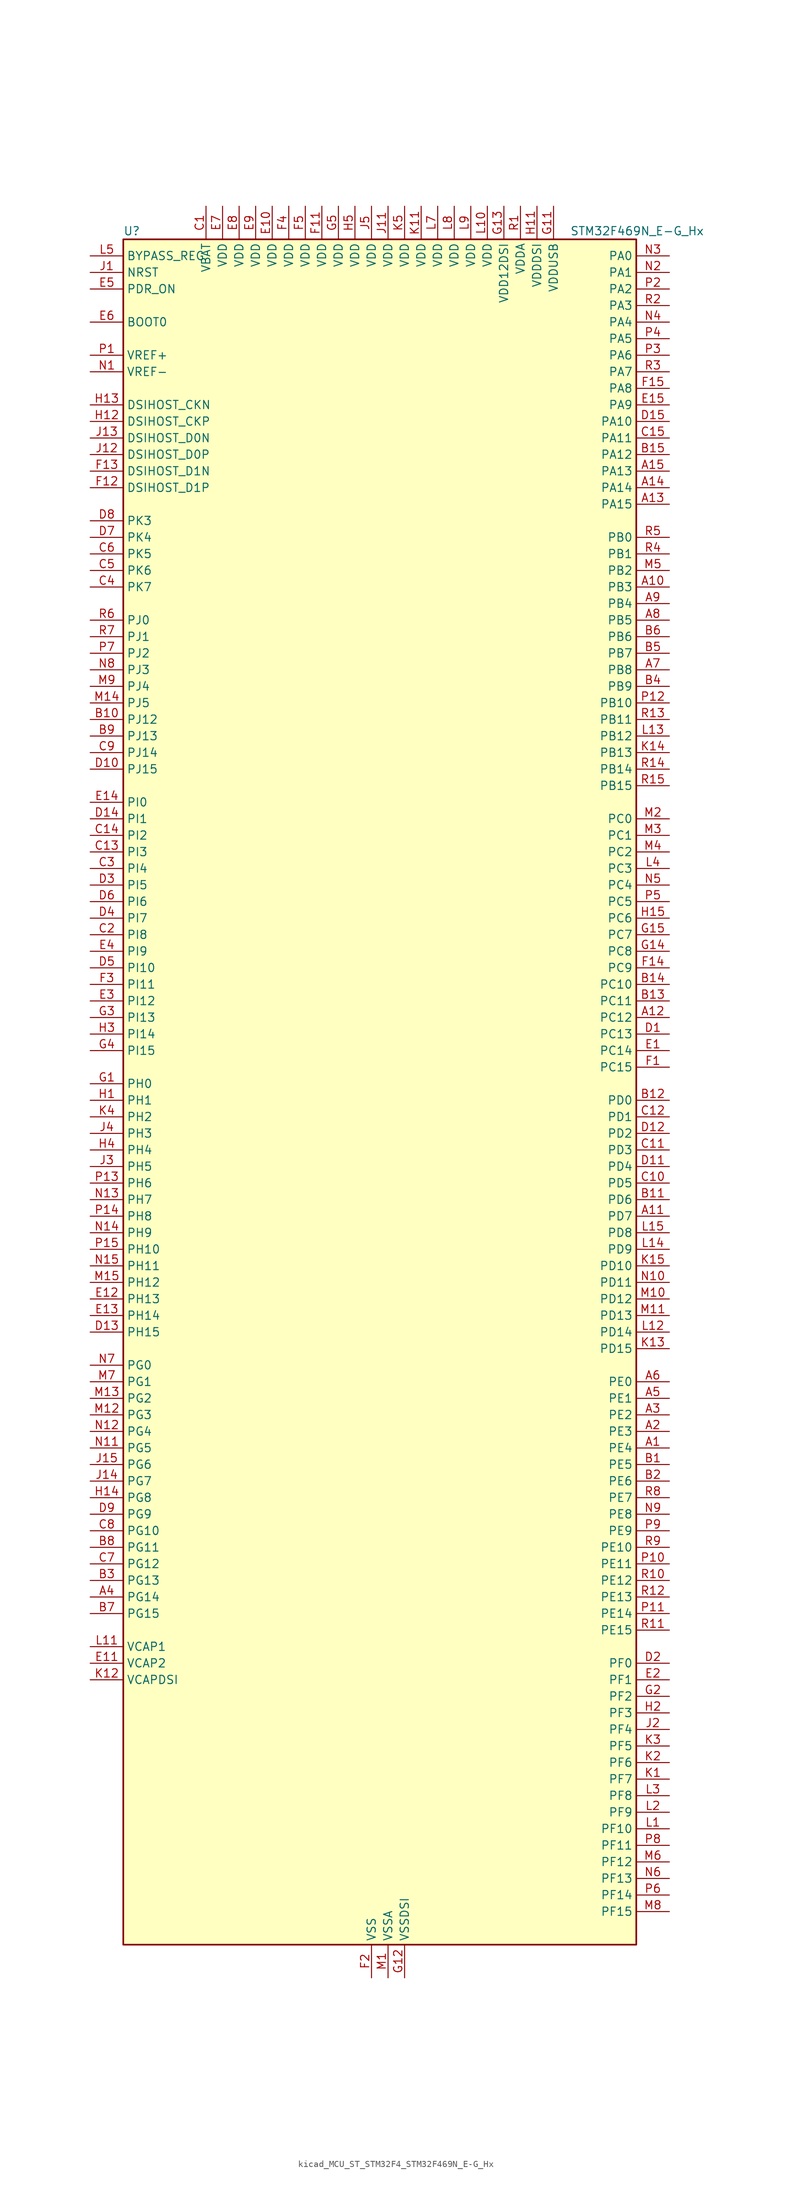
<source format=kicad_sym>
(kicad_symbol_lib
  (version 20220914)
  (generator kicad_symbol_editor)
  (symbol "kicad_MCU_ST_STM32F4_STM32F469N_E-G_Hx"
    (property "Reference" "U"
      (at -38.1 133.35 0)
      (effects (font (size 1.27 1.27)) (justify left)))
    (property "Value" "STM32F469N_E-G_Hx"
      (at 30.48 133.35 0)
      (effects (font (size 1.27 1.27)) (justify left)))
    (property "ki_locked" ""
      (at 0 0 0)
      (effects (font (size 1.27 1.27))))
    (symbol "kicad_MCU_ST_STM32F4_STM32F469N_E-G_Hx_0_1"
      (rectangle (start -38.1 -129.54) (end 40.64 132.08) (stroke (width 0.254) (type default)) (fill (type background))))
    (symbol "kicad_MCU_ST_STM32F4_STM32F469N_E-G_Hx_1_1"
      (pin bidirectional line (at 45.72 -53.34 180) (length 5.08) (name "PE4" (effects (font (size 1.27 1.27)))) (number "A1" (effects (font (size 1.27 1.27)))) (alternate "DCMI_D4" bidirectional line) (alternate "FMC_A20" bidirectional line) (alternate "LTDC_B0" bidirectional line) (alternate "SAI1_FS_A" bidirectional line) (alternate "SPI4_NSS" bidirectional line) (alternate "SYS_TRACED1" bidirectional line))
      (pin bidirectional line (at 45.72 78.74 180) (length 5.08) (name "PB3" (effects (font (size 1.27 1.27)))) (number "A10" (effects (font (size 1.27 1.27)))) (alternate "I2S3_CK" bidirectional line) (alternate "SPI1_SCK" bidirectional line) (alternate "SPI3_SCK" bidirectional line) (alternate "SYS_JTDO-SWO" bidirectional line) (alternate "TIM2_CH2" bidirectional line))
      (pin bidirectional line (at 45.72 -17.78 180) (length 5.08) (name "PD7" (effects (font (size 1.27 1.27)))) (number "A11" (effects (font (size 1.27 1.27)))) (alternate "FMC_NE1" bidirectional line) (alternate "USART2_CK" bidirectional line))
      (pin bidirectional line (at 45.72 12.7 180) (length 5.08) (name "PC12" (effects (font (size 1.27 1.27)))) (number "A12" (effects (font (size 1.27 1.27)))) (alternate "DCMI_D9" bidirectional line) (alternate "I2S3_SD" bidirectional line) (alternate "SDIO_CK" bidirectional line) (alternate "SPI3_MOSI" bidirectional line) (alternate "SYS_TRACED3" bidirectional line) (alternate "UART5_TX" bidirectional line) (alternate "USART3_CK" bidirectional line))
      (pin bidirectional line (at 45.72 91.44 180) (length 5.08) (name "PA15" (effects (font (size 1.27 1.27)))) (number "A13" (effects (font (size 1.27 1.27)))) (alternate "ADC1_EXTI15" bidirectional line) (alternate "ADC2_EXTI15" bidirectional line) (alternate "ADC3_EXTI15" bidirectional line) (alternate "I2S3_WS" bidirectional line) (alternate "SPI1_NSS" bidirectional line) (alternate "SPI3_NSS" bidirectional line) (alternate "SYS_JTDI" bidirectional line) (alternate "TIM2_CH1" bidirectional line) (alternate "TIM2_ETR" bidirectional line))
      (pin bidirectional line (at 45.72 93.98 180) (length 5.08) (name "PA14" (effects (font (size 1.27 1.27)))) (number "A14" (effects (font (size 1.27 1.27)))) (alternate "SYS_JTCK-SWCLK" bidirectional line))
      (pin bidirectional line (at 45.72 96.52 180) (length 5.08) (name "PA13" (effects (font (size 1.27 1.27)))) (number "A15" (effects (font (size 1.27 1.27)))) (alternate "SYS_JTMS-SWDIO" bidirectional line))
      (pin bidirectional line (at 45.72 -50.8 180) (length 5.08) (name "PE3" (effects (font (size 1.27 1.27)))) (number "A2" (effects (font (size 1.27 1.27)))) (alternate "FMC_A19" bidirectional line) (alternate "SAI1_SD_B" bidirectional line) (alternate "SYS_TRACED0" bidirectional line))
      (pin bidirectional line (at 45.72 -48.26 180) (length 5.08) (name "PE2" (effects (font (size 1.27 1.27)))) (number "A3" (effects (font (size 1.27 1.27)))) (alternate "ETH_TXD3" bidirectional line) (alternate "FMC_A23" bidirectional line) (alternate "QUADSPI_BK1_IO2" bidirectional line) (alternate "SAI1_MCLK_A" bidirectional line) (alternate "SPI4_SCK" bidirectional line) (alternate "SYS_TRACECLK" bidirectional line))
      (pin bidirectional line (at -43.18 -76.2 0) (length 5.08) (name "PG14" (effects (font (size 1.27 1.27)))) (number "A4" (effects (font (size 1.27 1.27)))) (alternate "ETH_TXD1" bidirectional line) (alternate "FMC_A25" bidirectional line) (alternate "LTDC_B0" bidirectional line) (alternate "QUADSPI_BK2_IO3" bidirectional line) (alternate "SPI6_MOSI" bidirectional line) (alternate "SYS_TRACED1" bidirectional line) (alternate "USART6_TX" bidirectional line))
      (pin bidirectional line (at 45.72 -45.72 180) (length 5.08) (name "PE1" (effects (font (size 1.27 1.27)))) (number "A5" (effects (font (size 1.27 1.27)))) (alternate "DCMI_D3" bidirectional line) (alternate "FMC_NBL1" bidirectional line) (alternate "UART8_TX" bidirectional line))
      (pin bidirectional line (at 45.72 -43.18 180) (length 5.08) (name "PE0" (effects (font (size 1.27 1.27)))) (number "A6" (effects (font (size 1.27 1.27)))) (alternate "DCMI_D2" bidirectional line) (alternate "FMC_NBL0" bidirectional line) (alternate "TIM4_ETR" bidirectional line) (alternate "UART8_RX" bidirectional line))
      (pin bidirectional line (at 45.72 66.04 180) (length 5.08) (name "PB8" (effects (font (size 1.27 1.27)))) (number "A7" (effects (font (size 1.27 1.27)))) (alternate "CAN1_RX" bidirectional line) (alternate "DCMI_D6" bidirectional line) (alternate "ETH_TXD3" bidirectional line) (alternate "I2C1_SCL" bidirectional line) (alternate "LTDC_B6" bidirectional line) (alternate "SDIO_D4" bidirectional line) (alternate "TIM10_CH1" bidirectional line) (alternate "TIM4_CH3" bidirectional line))
      (pin bidirectional line (at 45.72 73.66 180) (length 5.08) (name "PB5" (effects (font (size 1.27 1.27)))) (number "A8" (effects (font (size 1.27 1.27)))) (alternate "CAN2_RX" bidirectional line) (alternate "DCMI_D10" bidirectional line) (alternate "ETH_PPS_OUT" bidirectional line) (alternate "FMC_SDCKE1" bidirectional line) (alternate "I2C1_SMBA" bidirectional line) (alternate "I2S3_SD" bidirectional line) (alternate "LTDC_G7" bidirectional line) (alternate "SPI1_MOSI" bidirectional line) (alternate "SPI3_MOSI" bidirectional line) (alternate "TIM3_CH2" bidirectional line) (alternate "USB_OTG_HS_ULPI_D7" bidirectional line))
      (pin bidirectional line (at 45.72 76.2 180) (length 5.08) (name "PB4" (effects (font (size 1.27 1.27)))) (number "A9" (effects (font (size 1.27 1.27)))) (alternate "I2S3_ext_SD" bidirectional line) (alternate "SPI1_MISO" bidirectional line) (alternate "SPI3_MISO" bidirectional line) (alternate "SYS_JTRST" bidirectional line) (alternate "TIM3_CH1" bidirectional line))
      (pin bidirectional line (at 45.72 -55.88 180) (length 5.08) (name "PE5" (effects (font (size 1.27 1.27)))) (number "B1" (effects (font (size 1.27 1.27)))) (alternate "DCMI_D6" bidirectional line) (alternate "FMC_A21" bidirectional line) (alternate "LTDC_G0" bidirectional line) (alternate "SAI1_SCK_A" bidirectional line) (alternate "SPI4_MISO" bidirectional line) (alternate "SYS_TRACED2" bidirectional line) (alternate "TIM9_CH1" bidirectional line))
      (pin bidirectional line (at -43.18 58.42 0) (length 5.08) (name "PJ12" (effects (font (size 1.27 1.27)))) (number "B10" (effects (font (size 1.27 1.27)))) (alternate "LTDC_B0" bidirectional line) (alternate "LTDC_G3" bidirectional line))
      (pin bidirectional line (at 45.72 -15.24 180) (length 5.08) (name "PD6" (effects (font (size 1.27 1.27)))) (number "B11" (effects (font (size 1.27 1.27)))) (alternate "DCMI_D10" bidirectional line) (alternate "FMC_NWAIT" bidirectional line) (alternate "I2S3_SD" bidirectional line) (alternate "LTDC_B2" bidirectional line) (alternate "SAI1_SD_A" bidirectional line) (alternate "SPI3_MOSI" bidirectional line) (alternate "USART2_RX" bidirectional line))
      (pin bidirectional line (at 45.72 0 180) (length 5.08) (name "PD0" (effects (font (size 1.27 1.27)))) (number "B12" (effects (font (size 1.27 1.27)))) (alternate "CAN1_RX" bidirectional line) (alternate "FMC_D2" bidirectional line) (alternate "FMC_DA2" bidirectional line))
      (pin bidirectional line (at 45.72 15.24 180) (length 5.08) (name "PC11" (effects (font (size 1.27 1.27)))) (number "B13" (effects (font (size 1.27 1.27)))) (alternate "ADC1_EXTI11" bidirectional line) (alternate "ADC2_EXTI11" bidirectional line) (alternate "ADC3_EXTI11" bidirectional line) (alternate "DCMI_D4" bidirectional line) (alternate "I2S3_ext_SD" bidirectional line) (alternate "QUADSPI_BK2_NCS" bidirectional line) (alternate "SDIO_D3" bidirectional line) (alternate "SPI3_MISO" bidirectional line) (alternate "UART4_RX" bidirectional line) (alternate "USART3_RX" bidirectional line))
      (pin bidirectional line (at 45.72 17.78 180) (length 5.08) (name "PC10" (effects (font (size 1.27 1.27)))) (number "B14" (effects (font (size 1.27 1.27)))) (alternate "DCMI_D8" bidirectional line) (alternate "I2S3_CK" bidirectional line) (alternate "LTDC_R2" bidirectional line) (alternate "QUADSPI_BK1_IO1" bidirectional line) (alternate "SDIO_D2" bidirectional line) (alternate "SPI3_SCK" bidirectional line) (alternate "UART4_TX" bidirectional line) (alternate "USART3_TX" bidirectional line))
      (pin bidirectional line (at 45.72 99.06 180) (length 5.08) (name "PA12" (effects (font (size 1.27 1.27)))) (number "B15" (effects (font (size 1.27 1.27)))) (alternate "CAN1_TX" bidirectional line) (alternate "LTDC_R5" bidirectional line) (alternate "TIM1_ETR" bidirectional line) (alternate "USART1_RTS" bidirectional line) (alternate "USB_OTG_FS_DP" bidirectional line))
      (pin bidirectional line (at 45.72 -58.42 180) (length 5.08) (name "PE6" (effects (font (size 1.27 1.27)))) (number "B2" (effects (font (size 1.27 1.27)))) (alternate "DCMI_D7" bidirectional line) (alternate "FMC_A22" bidirectional line) (alternate "LTDC_G1" bidirectional line) (alternate "SAI1_SD_A" bidirectional line) (alternate "SPI4_MOSI" bidirectional line) (alternate "SYS_TRACED3" bidirectional line) (alternate "TIM9_CH2" bidirectional line))
      (pin bidirectional line (at -43.18 -73.66 0) (length 5.08) (name "PG13" (effects (font (size 1.27 1.27)))) (number "B3" (effects (font (size 1.27 1.27)))) (alternate "ETH_TXD0" bidirectional line) (alternate "FMC_A24" bidirectional line) (alternate "LTDC_R0" bidirectional line) (alternate "SPI6_SCK" bidirectional line) (alternate "SYS_TRACED0" bidirectional line) (alternate "USART6_CTS" bidirectional line))
      (pin bidirectional line (at 45.72 63.5 180) (length 5.08) (name "PB9" (effects (font (size 1.27 1.27)))) (number "B4" (effects (font (size 1.27 1.27)))) (alternate "CAN1_TX" bidirectional line) (alternate "DAC_EXTI9" bidirectional line) (alternate "DCMI_D7" bidirectional line) (alternate "I2C1_SDA" bidirectional line) (alternate "I2S2_WS" bidirectional line) (alternate "LTDC_B7" bidirectional line) (alternate "SDIO_D5" bidirectional line) (alternate "SPI2_NSS" bidirectional line) (alternate "TIM11_CH1" bidirectional line) (alternate "TIM4_CH4" bidirectional line))
      (pin bidirectional line (at 45.72 68.58 180) (length 5.08) (name "PB7" (effects (font (size 1.27 1.27)))) (number "B5" (effects (font (size 1.27 1.27)))) (alternate "DCMI_VSYNC" bidirectional line) (alternate "FMC_NL" bidirectional line) (alternate "I2C1_SDA" bidirectional line) (alternate "TIM4_CH2" bidirectional line) (alternate "USART1_RX" bidirectional line))
      (pin bidirectional line (at 45.72 71.12 180) (length 5.08) (name "PB6" (effects (font (size 1.27 1.27)))) (number "B6" (effects (font (size 1.27 1.27)))) (alternate "CAN2_TX" bidirectional line) (alternate "DCMI_D5" bidirectional line) (alternate "FMC_SDNE1" bidirectional line) (alternate "I2C1_SCL" bidirectional line) (alternate "QUADSPI_BK1_NCS" bidirectional line) (alternate "TIM4_CH1" bidirectional line) (alternate "USART1_TX" bidirectional line))
      (pin bidirectional line (at -43.18 -78.74 0) (length 5.08) (name "PG15" (effects (font (size 1.27 1.27)))) (number "B7" (effects (font (size 1.27 1.27)))) (alternate "ADC1_EXTI15" bidirectional line) (alternate "ADC2_EXTI15" bidirectional line) (alternate "ADC3_EXTI15" bidirectional line) (alternate "DCMI_D13" bidirectional line) (alternate "FMC_SDNCAS" bidirectional line) (alternate "USART6_CTS" bidirectional line))
      (pin bidirectional line (at -43.18 -68.58 0) (length 5.08) (name "PG11" (effects (font (size 1.27 1.27)))) (number "B8" (effects (font (size 1.27 1.27)))) (alternate "ADC1_EXTI11" bidirectional line) (alternate "ADC2_EXTI11" bidirectional line) (alternate "ADC3_EXTI11" bidirectional line) (alternate "DCMI_D3" bidirectional line) (alternate "ETH_TX_EN" bidirectional line) (alternate "LTDC_B3" bidirectional line))
      (pin bidirectional line (at -43.18 55.88 0) (length 5.08) (name "PJ13" (effects (font (size 1.27 1.27)))) (number "B9" (effects (font (size 1.27 1.27)))) (alternate "LTDC_B1" bidirectional line) (alternate "LTDC_G4" bidirectional line))
      (pin power_in line (at -25.4 137.16 270) (length 5.08) (name "VBAT" (effects (font (size 1.27 1.27)))) (number "C1" (effects (font (size 1.27 1.27)))))
      (pin bidirectional line (at 45.72 -12.7 180) (length 5.08) (name "PD5" (effects (font (size 1.27 1.27)))) (number "C10" (effects (font (size 1.27 1.27)))) (alternate "FMC_NWE" bidirectional line) (alternate "USART2_TX" bidirectional line))
      (pin bidirectional line (at 45.72 -7.62 180) (length 5.08) (name "PD3" (effects (font (size 1.27 1.27)))) (number "C11" (effects (font (size 1.27 1.27)))) (alternate "DCMI_D5" bidirectional line) (alternate "FMC_CLK" bidirectional line) (alternate "I2S2_CK" bidirectional line) (alternate "LTDC_G7" bidirectional line) (alternate "SPI2_SCK" bidirectional line) (alternate "USART2_CTS" bidirectional line))
      (pin bidirectional line (at 45.72 -2.54 180) (length 5.08) (name "PD1" (effects (font (size 1.27 1.27)))) (number "C12" (effects (font (size 1.27 1.27)))) (alternate "CAN1_TX" bidirectional line) (alternate "FMC_D3" bidirectional line) (alternate "FMC_DA3" bidirectional line))
      (pin bidirectional line (at -43.18 38.1 0) (length 5.08) (name "PI3" (effects (font (size 1.27 1.27)))) (number "C13" (effects (font (size 1.27 1.27)))) (alternate "DCMI_D10" bidirectional line) (alternate "FMC_D27" bidirectional line) (alternate "I2S2_SD" bidirectional line) (alternate "SPI2_MOSI" bidirectional line) (alternate "TIM8_ETR" bidirectional line))
      (pin bidirectional line (at -43.18 40.64 0) (length 5.08) (name "PI2" (effects (font (size 1.27 1.27)))) (number "C14" (effects (font (size 1.27 1.27)))) (alternate "DCMI_D9" bidirectional line) (alternate "FMC_D26" bidirectional line) (alternate "I2S2_ext_SD" bidirectional line) (alternate "LTDC_G7" bidirectional line) (alternate "SPI2_MISO" bidirectional line) (alternate "TIM8_CH4" bidirectional line))
      (pin bidirectional line (at 45.72 101.6 180) (length 5.08) (name "PA11" (effects (font (size 1.27 1.27)))) (number "C15" (effects (font (size 1.27 1.27)))) (alternate "ADC1_EXTI11" bidirectional line) (alternate "ADC2_EXTI11" bidirectional line) (alternate "ADC3_EXTI11" bidirectional line) (alternate "CAN1_RX" bidirectional line) (alternate "LTDC_R4" bidirectional line) (alternate "TIM1_CH4" bidirectional line) (alternate "USART1_CTS" bidirectional line) (alternate "USB_OTG_FS_DM" bidirectional line))
      (pin bidirectional line (at -43.18 25.4 0) (length 5.08) (name "PI8" (effects (font (size 1.27 1.27)))) (number "C2" (effects (font (size 1.27 1.27)))) (alternate "RTC_AF1" bidirectional line) (alternate "RTC_AF2" bidirectional line))
      (pin bidirectional line (at -43.18 35.56 0) (length 5.08) (name "PI4" (effects (font (size 1.27 1.27)))) (number "C3" (effects (font (size 1.27 1.27)))) (alternate "DCMI_D5" bidirectional line) (alternate "FMC_NBL2" bidirectional line) (alternate "LTDC_B4" bidirectional line) (alternate "TIM8_BKIN" bidirectional line))
      (pin bidirectional line (at -43.18 78.74 0) (length 5.08) (name "PK7" (effects (font (size 1.27 1.27)))) (number "C4" (effects (font (size 1.27 1.27)))) (alternate "LTDC_DE" bidirectional line))
      (pin bidirectional line (at -43.18 81.28 0) (length 5.08) (name "PK6" (effects (font (size 1.27 1.27)))) (number "C5" (effects (font (size 1.27 1.27)))) (alternate "LTDC_B7" bidirectional line))
      (pin bidirectional line (at -43.18 83.82 0) (length 5.08) (name "PK5" (effects (font (size 1.27 1.27)))) (number "C6" (effects (font (size 1.27 1.27)))) (alternate "LTDC_B6" bidirectional line))
      (pin bidirectional line (at -43.18 -71.12 0) (length 5.08) (name "PG12" (effects (font (size 1.27 1.27)))) (number "C7" (effects (font (size 1.27 1.27)))) (alternate "FMC_NE4" bidirectional line) (alternate "LTDC_B1" bidirectional line) (alternate "LTDC_B4" bidirectional line) (alternate "SPI6_MISO" bidirectional line) (alternate "USART6_RTS" bidirectional line))
      (pin bidirectional line (at -43.18 -66.04 0) (length 5.08) (name "PG10" (effects (font (size 1.27 1.27)))) (number "C8" (effects (font (size 1.27 1.27)))) (alternate "DCMI_D2" bidirectional line) (alternate "FMC_NE3" bidirectional line) (alternate "LTDC_B2" bidirectional line) (alternate "LTDC_G3" bidirectional line))
      (pin bidirectional line (at -43.18 53.34 0) (length 5.08) (name "PJ14" (effects (font (size 1.27 1.27)))) (number "C9" (effects (font (size 1.27 1.27)))) (alternate "LTDC_B2" bidirectional line))
      (pin bidirectional line (at 45.72 10.16 180) (length 5.08) (name "PC13" (effects (font (size 1.27 1.27)))) (number "D1" (effects (font (size 1.27 1.27)))) (alternate "RTC_AF1" bidirectional line))
      (pin bidirectional line (at -43.18 50.8 0) (length 5.08) (name "PJ15" (effects (font (size 1.27 1.27)))) (number "D10" (effects (font (size 1.27 1.27)))) (alternate "ADC1_EXTI15" bidirectional line) (alternate "ADC2_EXTI15" bidirectional line) (alternate "ADC3_EXTI15" bidirectional line) (alternate "LTDC_B3" bidirectional line))
      (pin bidirectional line (at 45.72 -10.16 180) (length 5.08) (name "PD4" (effects (font (size 1.27 1.27)))) (number "D11" (effects (font (size 1.27 1.27)))) (alternate "FMC_NOE" bidirectional line) (alternate "USART2_RTS" bidirectional line))
      (pin bidirectional line (at 45.72 -5.08 180) (length 5.08) (name "PD2" (effects (font (size 1.27 1.27)))) (number "D12" (effects (font (size 1.27 1.27)))) (alternate "DCMI_D11" bidirectional line) (alternate "SDIO_CMD" bidirectional line) (alternate "SYS_TRACED2" bidirectional line) (alternate "TIM3_ETR" bidirectional line) (alternate "UART5_RX" bidirectional line))
      (pin bidirectional line (at -43.18 -35.56 0) (length 5.08) (name "PH15" (effects (font (size 1.27 1.27)))) (number "D13" (effects (font (size 1.27 1.27)))) (alternate "ADC1_EXTI15" bidirectional line) (alternate "ADC2_EXTI15" bidirectional line) (alternate "ADC3_EXTI15" bidirectional line) (alternate "DCMI_D11" bidirectional line) (alternate "FMC_D23" bidirectional line) (alternate "LTDC_G4" bidirectional line) (alternate "TIM8_CH3N" bidirectional line))
      (pin bidirectional line (at -43.18 43.18 0) (length 5.08) (name "PI1" (effects (font (size 1.27 1.27)))) (number "D14" (effects (font (size 1.27 1.27)))) (alternate "DCMI_D8" bidirectional line) (alternate "FMC_D25" bidirectional line) (alternate "I2S2_CK" bidirectional line) (alternate "LTDC_G6" bidirectional line) (alternate "SPI2_SCK" bidirectional line))
      (pin bidirectional line (at 45.72 104.14 180) (length 5.08) (name "PA10" (effects (font (size 1.27 1.27)))) (number "D15" (effects (font (size 1.27 1.27)))) (alternate "DCMI_D1" bidirectional line) (alternate "TIM1_CH3" bidirectional line) (alternate "USART1_RX" bidirectional line) (alternate "USB_OTG_FS_ID" bidirectional line))
      (pin bidirectional line (at 45.72 -86.36 180) (length 5.08) (name "PF0" (effects (font (size 1.27 1.27)))) (number "D2" (effects (font (size 1.27 1.27)))) (alternate "FMC_A0" bidirectional line) (alternate "I2C2_SDA" bidirectional line))
      (pin bidirectional line (at -43.18 33.02 0) (length 5.08) (name "PI5" (effects (font (size 1.27 1.27)))) (number "D3" (effects (font (size 1.27 1.27)))) (alternate "DCMI_VSYNC" bidirectional line) (alternate "FMC_NBL3" bidirectional line) (alternate "LTDC_B5" bidirectional line) (alternate "TIM8_CH1" bidirectional line))
      (pin bidirectional line (at -43.18 27.94 0) (length 5.08) (name "PI7" (effects (font (size 1.27 1.27)))) (number "D4" (effects (font (size 1.27 1.27)))) (alternate "DCMI_D7" bidirectional line) (alternate "FMC_D29" bidirectional line) (alternate "LTDC_B7" bidirectional line) (alternate "TIM8_CH3" bidirectional line))
      (pin bidirectional line (at -43.18 20.32 0) (length 5.08) (name "PI10" (effects (font (size 1.27 1.27)))) (number "D5" (effects (font (size 1.27 1.27)))) (alternate "ETH_RX_ER" bidirectional line) (alternate "FMC_D31" bidirectional line) (alternate "LTDC_HSYNC" bidirectional line))
      (pin bidirectional line (at -43.18 30.48 0) (length 5.08) (name "PI6" (effects (font (size 1.27 1.27)))) (number "D6" (effects (font (size 1.27 1.27)))) (alternate "DCMI_D6" bidirectional line) (alternate "FMC_D28" bidirectional line) (alternate "LTDC_B6" bidirectional line) (alternate "TIM8_CH2" bidirectional line))
      (pin bidirectional line (at -43.18 86.36 0) (length 5.08) (name "PK4" (effects (font (size 1.27 1.27)))) (number "D7" (effects (font (size 1.27 1.27)))) (alternate "LTDC_B5" bidirectional line))
      (pin bidirectional line (at -43.18 88.9 0) (length 5.08) (name "PK3" (effects (font (size 1.27 1.27)))) (number "D8" (effects (font (size 1.27 1.27)))) (alternate "LTDC_B4" bidirectional line))
      (pin bidirectional line (at -43.18 -63.5 0) (length 5.08) (name "PG9" (effects (font (size 1.27 1.27)))) (number "D9" (effects (font (size 1.27 1.27)))) (alternate "DAC_EXTI9" bidirectional line) (alternate "DCMI_VSYNC" bidirectional line) (alternate "FMC_NCE" bidirectional line) (alternate "FMC_NE2" bidirectional line) (alternate "QUADSPI_BK2_IO2" bidirectional line) (alternate "USART6_RX" bidirectional line))
      (pin bidirectional line (at 45.72 7.62 180) (length 5.08) (name "PC14" (effects (font (size 1.27 1.27)))) (number "E1" (effects (font (size 1.27 1.27)))) (alternate "RCC_OSC32_IN" bidirectional line))
      (pin power_in line (at -15.24 137.16 270) (length 5.08) (name "VDD" (effects (font (size 1.27 1.27)))) (number "E10" (effects (font (size 1.27 1.27)))))
      (pin power_out line (at -43.18 -86.36 0) (length 5.08) (name "VCAP2" (effects (font (size 1.27 1.27)))) (number "E11" (effects (font (size 1.27 1.27)))))
      (pin bidirectional line (at -43.18 -30.48 0) (length 5.08) (name "PH13" (effects (font (size 1.27 1.27)))) (number "E12" (effects (font (size 1.27 1.27)))) (alternate "CAN1_TX" bidirectional line) (alternate "FMC_D21" bidirectional line) (alternate "LTDC_G2" bidirectional line) (alternate "TIM8_CH1N" bidirectional line))
      (pin bidirectional line (at -43.18 -33.02 0) (length 5.08) (name "PH14" (effects (font (size 1.27 1.27)))) (number "E13" (effects (font (size 1.27 1.27)))) (alternate "DCMI_D4" bidirectional line) (alternate "FMC_D22" bidirectional line) (alternate "LTDC_G3" bidirectional line) (alternate "TIM8_CH2N" bidirectional line))
      (pin bidirectional line (at -43.18 45.72 0) (length 5.08) (name "PI0" (effects (font (size 1.27 1.27)))) (number "E14" (effects (font (size 1.27 1.27)))) (alternate "DCMI_D13" bidirectional line) (alternate "FMC_D24" bidirectional line) (alternate "I2S2_WS" bidirectional line) (alternate "LTDC_G5" bidirectional line) (alternate "SPI2_NSS" bidirectional line) (alternate "TIM5_CH4" bidirectional line))
      (pin bidirectional line (at 45.72 106.68 180) (length 5.08) (name "PA9" (effects (font (size 1.27 1.27)))) (number "E15" (effects (font (size 1.27 1.27)))) (alternate "DAC_EXTI9" bidirectional line) (alternate "DCMI_D0" bidirectional line) (alternate "I2C3_SMBA" bidirectional line) (alternate "I2S2_CK" bidirectional line) (alternate "SPI2_SCK" bidirectional line) (alternate "TIM1_CH2" bidirectional line) (alternate "USART1_TX" bidirectional line) (alternate "USB_OTG_FS_VBUS" bidirectional line))
      (pin bidirectional line (at 45.72 -88.9 180) (length 5.08) (name "PF1" (effects (font (size 1.27 1.27)))) (number "E2" (effects (font (size 1.27 1.27)))) (alternate "FMC_A1" bidirectional line) (alternate "I2C2_SCL" bidirectional line))
      (pin bidirectional line (at -43.18 15.24 0) (length 5.08) (name "PI12" (effects (font (size 1.27 1.27)))) (number "E3" (effects (font (size 1.27 1.27)))) (alternate "LTDC_HSYNC" bidirectional line))
      (pin bidirectional line (at -43.18 22.86 0) (length 5.08) (name "PI9" (effects (font (size 1.27 1.27)))) (number "E4" (effects (font (size 1.27 1.27)))) (alternate "CAN1_RX" bidirectional line) (alternate "DAC_EXTI9" bidirectional line) (alternate "FMC_D30" bidirectional line) (alternate "LTDC_VSYNC" bidirectional line))
      (pin input line (at -43.18 124.46 0) (length 5.08) (name "PDR_ON" (effects (font (size 1.27 1.27)))) (number "E5" (effects (font (size 1.27 1.27)))))
      (pin input line (at -43.18 119.38 0) (length 5.08) (name "BOOT0" (effects (font (size 1.27 1.27)))) (number "E6" (effects (font (size 1.27 1.27)))))
      (pin power_in line (at -22.86 137.16 270) (length 5.08) (name "VDD" (effects (font (size 1.27 1.27)))) (number "E7" (effects (font (size 1.27 1.27)))))
      (pin power_in line (at -20.32 137.16 270) (length 5.08) (name "VDD" (effects (font (size 1.27 1.27)))) (number "E8" (effects (font (size 1.27 1.27)))))
      (pin power_in line (at -17.78 137.16 270) (length 5.08) (name "VDD" (effects (font (size 1.27 1.27)))) (number "E9" (effects (font (size 1.27 1.27)))))
      (pin bidirectional line (at 45.72 5.08 180) (length 5.08) (name "PC15" (effects (font (size 1.27 1.27)))) (number "F1" (effects (font (size 1.27 1.27)))) (alternate "ADC1_EXTI15" bidirectional line) (alternate "ADC2_EXTI15" bidirectional line) (alternate "ADC3_EXTI15" bidirectional line) (alternate "RCC_OSC32_OUT" bidirectional line))
      (pin passive line (at 0 -134.62 90) (length 5.08) hide (name "VSS" (effects (font (size 1.27 1.27)))) (number "F10" (effects (font (size 1.27 1.27)))))
      (pin power_in line (at -7.62 137.16 270) (length 5.08) (name "VDD" (effects (font (size 1.27 1.27)))) (number "F11" (effects (font (size 1.27 1.27)))))
      (pin bidirectional line (at -43.18 93.98 0) (length 5.08) (name "DSIHOST_D1P" (effects (font (size 1.27 1.27)))) (number "F12" (effects (font (size 1.27 1.27)))) (alternate "DSIHOST_D1P" bidirectional line))
      (pin bidirectional line (at -43.18 96.52 0) (length 5.08) (name "DSIHOST_D1N" (effects (font (size 1.27 1.27)))) (number "F13" (effects (font (size 1.27 1.27)))) (alternate "DSIHOST_D1N" bidirectional line))
      (pin bidirectional line (at 45.72 20.32 180) (length 5.08) (name "PC9" (effects (font (size 1.27 1.27)))) (number "F14" (effects (font (size 1.27 1.27)))) (alternate "DAC_EXTI9" bidirectional line) (alternate "DCMI_D3" bidirectional line) (alternate "I2C3_SDA" bidirectional line) (alternate "I2S_CKIN" bidirectional line) (alternate "QUADSPI_BK1_IO0" bidirectional line) (alternate "RCC_MCO_2" bidirectional line) (alternate "SDIO_D1" bidirectional line) (alternate "TIM3_CH4" bidirectional line) (alternate "TIM8_CH4" bidirectional line))
      (pin bidirectional line (at 45.72 109.22 180) (length 5.08) (name "PA8" (effects (font (size 1.27 1.27)))) (number "F15" (effects (font (size 1.27 1.27)))) (alternate "I2C3_SCL" bidirectional line) (alternate "LTDC_R6" bidirectional line) (alternate "RCC_MCO_1" bidirectional line) (alternate "TIM1_CH1" bidirectional line) (alternate "USART1_CK" bidirectional line) (alternate "USB_OTG_FS_SOF" bidirectional line))
      (pin power_in line (at 0 -134.62 90) (length 5.08) (name "VSS" (effects (font (size 1.27 1.27)))) (number "F2" (effects (font (size 1.27 1.27)))))
      (pin bidirectional line (at -43.18 17.78 0) (length 5.08) (name "PI11" (effects (font (size 1.27 1.27)))) (number "F3" (effects (font (size 1.27 1.27)))) (alternate "ADC1_EXTI11" bidirectional line) (alternate "ADC2_EXTI11" bidirectional line) (alternate "ADC3_EXTI11" bidirectional line) (alternate "LTDC_G6" bidirectional line) (alternate "USB_OTG_HS_ULPI_DIR" bidirectional line))
      (pin power_in line (at -12.7 137.16 270) (length 5.08) (name "VDD" (effects (font (size 1.27 1.27)))) (number "F4" (effects (font (size 1.27 1.27)))))
      (pin power_in line (at -10.16 137.16 270) (length 5.08) (name "VDD" (effects (font (size 1.27 1.27)))) (number "F5" (effects (font (size 1.27 1.27)))))
      (pin passive line (at 0 -134.62 90) (length 5.08) hide (name "VSS" (effects (font (size 1.27 1.27)))) (number "F6" (effects (font (size 1.27 1.27)))))
      (pin passive line (at 0 -134.62 90) (length 5.08) hide (name "VSS" (effects (font (size 1.27 1.27)))) (number "F7" (effects (font (size 1.27 1.27)))))
      (pin passive line (at 0 -134.62 90) (length 5.08) hide (name "VSS" (effects (font (size 1.27 1.27)))) (number "F8" (effects (font (size 1.27 1.27)))))
      (pin passive line (at 0 -134.62 90) (length 5.08) hide (name "VSS" (effects (font (size 1.27 1.27)))) (number "F9" (effects (font (size 1.27 1.27)))))
      (pin bidirectional line (at -43.18 2.54 0) (length 5.08) (name "PH0" (effects (font (size 1.27 1.27)))) (number "G1" (effects (font (size 1.27 1.27)))) (alternate "RCC_OSC_IN" bidirectional line))
      (pin passive line (at 0 -134.62 90) (length 5.08) hide (name "VSS" (effects (font (size 1.27 1.27)))) (number "G10" (effects (font (size 1.27 1.27)))))
      (pin power_in line (at 27.94 137.16 270) (length 5.08) (name "VDDUSB" (effects (font (size 1.27 1.27)))) (number "G11" (effects (font (size 1.27 1.27)))))
      (pin power_in line (at 5.08 -134.62 90) (length 5.08) (name "VSSDSI" (effects (font (size 1.27 1.27)))) (number "G12" (effects (font (size 1.27 1.27)))))
      (pin power_in line (at 20.32 137.16 270) (length 5.08) (name "VDD12DSI" (effects (font (size 1.27 1.27)))) (number "G13" (effects (font (size 1.27 1.27)))))
      (pin bidirectional line (at 45.72 22.86 180) (length 5.08) (name "PC8" (effects (font (size 1.27 1.27)))) (number "G14" (effects (font (size 1.27 1.27)))) (alternate "DCMI_D2" bidirectional line) (alternate "SDIO_D0" bidirectional line) (alternate "SYS_TRACED1" bidirectional line) (alternate "TIM3_CH3" bidirectional line) (alternate "TIM8_CH3" bidirectional line) (alternate "USART6_CK" bidirectional line))
      (pin bidirectional line (at 45.72 25.4 180) (length 5.08) (name "PC7" (effects (font (size 1.27 1.27)))) (number "G15" (effects (font (size 1.27 1.27)))) (alternate "DCMI_D1" bidirectional line) (alternate "I2S3_MCK" bidirectional line) (alternate "LTDC_G6" bidirectional line) (alternate "SDIO_D7" bidirectional line) (alternate "TIM3_CH2" bidirectional line) (alternate "TIM8_CH2" bidirectional line) (alternate "USART6_RX" bidirectional line))
      (pin bidirectional line (at 45.72 -91.44 180) (length 5.08) (name "PF2" (effects (font (size 1.27 1.27)))) (number "G2" (effects (font (size 1.27 1.27)))) (alternate "FMC_A2" bidirectional line) (alternate "I2C2_SMBA" bidirectional line))
      (pin bidirectional line (at -43.18 12.7 0) (length 5.08) (name "PI13" (effects (font (size 1.27 1.27)))) (number "G3" (effects (font (size 1.27 1.27)))) (alternate "LTDC_VSYNC" bidirectional line))
      (pin bidirectional line (at -43.18 7.62 0) (length 5.08) (name "PI15" (effects (font (size 1.27 1.27)))) (number "G4" (effects (font (size 1.27 1.27)))) (alternate "ADC1_EXTI15" bidirectional line) (alternate "ADC2_EXTI15" bidirectional line) (alternate "ADC3_EXTI15" bidirectional line) (alternate "LTDC_G2" bidirectional line) (alternate "LTDC_R0" bidirectional line))
      (pin power_in line (at -5.08 137.16 270) (length 5.08) (name "VDD" (effects (font (size 1.27 1.27)))) (number "G5" (effects (font (size 1.27 1.27)))))
      (pin passive line (at 0 -134.62 90) (length 5.08) hide (name "VSS" (effects (font (size 1.27 1.27)))) (number "G6" (effects (font (size 1.27 1.27)))))
      (pin bidirectional line (at -43.18 0 0) (length 5.08) (name "PH1" (effects (font (size 1.27 1.27)))) (number "H1" (effects (font (size 1.27 1.27)))) (alternate "RCC_OSC_OUT" bidirectional line))
      (pin passive line (at 0 -134.62 90) (length 5.08) hide (name "VSS" (effects (font (size 1.27 1.27)))) (number "H10" (effects (font (size 1.27 1.27)))))
      (pin power_in line (at 25.4 137.16 270) (length 5.08) (name "VDDDSI" (effects (font (size 1.27 1.27)))) (number "H11" (effects (font (size 1.27 1.27)))))
      (pin bidirectional line (at -43.18 104.14 0) (length 5.08) (name "DSIHOST_CKP" (effects (font (size 1.27 1.27)))) (number "H12" (effects (font (size 1.27 1.27)))) (alternate "DSIHOST_CKP" bidirectional line))
      (pin bidirectional line (at -43.18 106.68 0) (length 5.08) (name "DSIHOST_CKN" (effects (font (size 1.27 1.27)))) (number "H13" (effects (font (size 1.27 1.27)))) (alternate "DSIHOST_CKN" bidirectional line))
      (pin bidirectional line (at -43.18 -60.96 0) (length 5.08) (name "PG8" (effects (font (size 1.27 1.27)))) (number "H14" (effects (font (size 1.27 1.27)))) (alternate "ETH_PPS_OUT" bidirectional line) (alternate "FMC_SDCLK" bidirectional line) (alternate "LTDC_G7" bidirectional line) (alternate "SPI6_NSS" bidirectional line) (alternate "USART6_RTS" bidirectional line))
      (pin bidirectional line (at 45.72 27.94 180) (length 5.08) (name "PC6" (effects (font (size 1.27 1.27)))) (number "H15" (effects (font (size 1.27 1.27)))) (alternate "DCMI_D0" bidirectional line) (alternate "I2S2_MCK" bidirectional line) (alternate "LTDC_HSYNC" bidirectional line) (alternate "SDIO_D6" bidirectional line) (alternate "TIM3_CH1" bidirectional line) (alternate "TIM8_CH1" bidirectional line) (alternate "USART6_TX" bidirectional line))
      (pin bidirectional line (at 45.72 -93.98 180) (length 5.08) (name "PF3" (effects (font (size 1.27 1.27)))) (number "H2" (effects (font (size 1.27 1.27)))) (alternate "ADC3_IN9" bidirectional line) (alternate "FMC_A3" bidirectional line))
      (pin bidirectional line (at -43.18 10.16 0) (length 5.08) (name "PI14" (effects (font (size 1.27 1.27)))) (number "H3" (effects (font (size 1.27 1.27)))) (alternate "LTDC_CLK" bidirectional line))
      (pin bidirectional line (at -43.18 -7.62 0) (length 5.08) (name "PH4" (effects (font (size 1.27 1.27)))) (number "H4" (effects (font (size 1.27 1.27)))) (alternate "I2C2_SCL" bidirectional line) (alternate "LTDC_G4" bidirectional line) (alternate "LTDC_G5" bidirectional line) (alternate "USB_OTG_HS_ULPI_NXT" bidirectional line))
      (pin power_in line (at -2.54 137.16 270) (length 5.08) (name "VDD" (effects (font (size 1.27 1.27)))) (number "H5" (effects (font (size 1.27 1.27)))))
      (pin passive line (at 0 -134.62 90) (length 5.08) hide (name "VSS" (effects (font (size 1.27 1.27)))) (number "H6" (effects (font (size 1.27 1.27)))))
      (pin input line (at -43.18 127 0) (length 5.08) (name "NRST" (effects (font (size 1.27 1.27)))) (number "J1" (effects (font (size 1.27 1.27)))))
      (pin passive line (at 0 -134.62 90) (length 5.08) hide (name "VSS" (effects (font (size 1.27 1.27)))) (number "J10" (effects (font (size 1.27 1.27)))))
      (pin power_in line (at 2.54 137.16 270) (length 5.08) (name "VDD" (effects (font (size 1.27 1.27)))) (number "J11" (effects (font (size 1.27 1.27)))))
      (pin bidirectional line (at -43.18 99.06 0) (length 5.08) (name "DSIHOST_D0P" (effects (font (size 1.27 1.27)))) (number "J12" (effects (font (size 1.27 1.27)))) (alternate "DSIHOST_D0P" bidirectional line))
      (pin bidirectional line (at -43.18 101.6 0) (length 5.08) (name "DSIHOST_D0N" (effects (font (size 1.27 1.27)))) (number "J13" (effects (font (size 1.27 1.27)))) (alternate "DSIHOST_D0N" bidirectional line))
      (pin bidirectional line (at -43.18 -58.42 0) (length 5.08) (name "PG7" (effects (font (size 1.27 1.27)))) (number "J14" (effects (font (size 1.27 1.27)))) (alternate "DCMI_D13" bidirectional line) (alternate "FMC_INT" bidirectional line) (alternate "LTDC_CLK" bidirectional line) (alternate "SAI1_MCLK_A" bidirectional line) (alternate "USART6_CK" bidirectional line))
      (pin bidirectional line (at -43.18 -55.88 0) (length 5.08) (name "PG6" (effects (font (size 1.27 1.27)))) (number "J15" (effects (font (size 1.27 1.27)))) (alternate "DCMI_D12" bidirectional line) (alternate "LTDC_R7" bidirectional line))
      (pin bidirectional line (at 45.72 -96.52 180) (length 5.08) (name "PF4" (effects (font (size 1.27 1.27)))) (number "J2" (effects (font (size 1.27 1.27)))) (alternate "ADC3_IN14" bidirectional line) (alternate "FMC_A4" bidirectional line))
      (pin bidirectional line (at -43.18 -10.16 0) (length 5.08) (name "PH5" (effects (font (size 1.27 1.27)))) (number "J3" (effects (font (size 1.27 1.27)))) (alternate "FMC_SDNWE" bidirectional line) (alternate "I2C2_SDA" bidirectional line) (alternate "SPI5_NSS" bidirectional line))
      (pin bidirectional line (at -43.18 -5.08 0) (length 5.08) (name "PH3" (effects (font (size 1.27 1.27)))) (number "J4" (effects (font (size 1.27 1.27)))) (alternate "ETH_COL" bidirectional line) (alternate "FMC_SDNE0" bidirectional line) (alternate "LTDC_R1" bidirectional line) (alternate "QUADSPI_BK2_IO1" bidirectional line))
      (pin power_in line (at 0 137.16 270) (length 5.08) (name "VDD" (effects (font (size 1.27 1.27)))) (number "J5" (effects (font (size 1.27 1.27)))))
      (pin passive line (at 0 -134.62 90) (length 5.08) hide (name "VSS" (effects (font (size 1.27 1.27)))) (number "J6" (effects (font (size 1.27 1.27)))))
      (pin bidirectional line (at 45.72 -104.14 180) (length 5.08) (name "PF7" (effects (font (size 1.27 1.27)))) (number "K1" (effects (font (size 1.27 1.27)))) (alternate "ADC3_IN5" bidirectional line) (alternate "QUADSPI_BK1_IO2" bidirectional line) (alternate "SAI1_MCLK_B" bidirectional line) (alternate "SPI5_SCK" bidirectional line) (alternate "TIM11_CH1" bidirectional line) (alternate "UART7_TX" bidirectional line))
      (pin passive line (at 0 -134.62 90) (length 5.08) hide (name "VSS" (effects (font (size 1.27 1.27)))) (number "K10" (effects (font (size 1.27 1.27)))))
      (pin power_in line (at 7.62 137.16 270) (length 5.08) (name "VDD" (effects (font (size 1.27 1.27)))) (number "K11" (effects (font (size 1.27 1.27)))))
      (pin power_out line (at -43.18 -88.9 0) (length 5.08) (name "VCAPDSI" (effects (font (size 1.27 1.27)))) (number "K12" (effects (font (size 1.27 1.27)))))
      (pin bidirectional line (at 45.72 -38.1 180) (length 5.08) (name "PD15" (effects (font (size 1.27 1.27)))) (number "K13" (effects (font (size 1.27 1.27)))) (alternate "ADC1_EXTI15" bidirectional line) (alternate "ADC2_EXTI15" bidirectional line) (alternate "ADC3_EXTI15" bidirectional line) (alternate "FMC_D1" bidirectional line) (alternate "FMC_DA1" bidirectional line) (alternate "TIM4_CH4" bidirectional line))
      (pin bidirectional line (at 45.72 53.34 180) (length 5.08) (name "PB13" (effects (font (size 1.27 1.27)))) (number "K14" (effects (font (size 1.27 1.27)))) (alternate "CAN2_TX" bidirectional line) (alternate "ETH_TXD1" bidirectional line) (alternate "I2S2_CK" bidirectional line) (alternate "SPI2_SCK" bidirectional line) (alternate "TIM1_CH1N" bidirectional line) (alternate "USART3_CTS" bidirectional line) (alternate "USB_OTG_HS_ULPI_D6" bidirectional line) (alternate "USB_OTG_HS_VBUS" bidirectional line))
      (pin bidirectional line (at 45.72 -25.4 180) (length 5.08) (name "PD10" (effects (font (size 1.27 1.27)))) (number "K15" (effects (font (size 1.27 1.27)))) (alternate "FMC_D15" bidirectional line) (alternate "FMC_DA15" bidirectional line) (alternate "LTDC_B3" bidirectional line) (alternate "USART3_CK" bidirectional line))
      (pin bidirectional line (at 45.72 -101.6 180) (length 5.08) (name "PF6" (effects (font (size 1.27 1.27)))) (number "K2" (effects (font (size 1.27 1.27)))) (alternate "ADC3_IN4" bidirectional line) (alternate "QUADSPI_BK1_IO3" bidirectional line) (alternate "SAI1_SD_B" bidirectional line) (alternate "SPI5_NSS" bidirectional line) (alternate "TIM10_CH1" bidirectional line) (alternate "UART7_RX" bidirectional line))
      (pin bidirectional line (at 45.72 -99.06 180) (length 5.08) (name "PF5" (effects (font (size 1.27 1.27)))) (number "K3" (effects (font (size 1.27 1.27)))) (alternate "ADC3_IN15" bidirectional line) (alternate "FMC_A5" bidirectional line))
      (pin bidirectional line (at -43.18 -2.54 0) (length 5.08) (name "PH2" (effects (font (size 1.27 1.27)))) (number "K4" (effects (font (size 1.27 1.27)))) (alternate "ETH_CRS" bidirectional line) (alternate "FMC_SDCKE0" bidirectional line) (alternate "LTDC_R0" bidirectional line) (alternate "QUADSPI_BK2_IO0" bidirectional line))
      (pin power_in line (at 5.08 137.16 270) (length 5.08) (name "VDD" (effects (font (size 1.27 1.27)))) (number "K5" (effects (font (size 1.27 1.27)))))
      (pin passive line (at 0 -134.62 90) (length 5.08) hide (name "VSS" (effects (font (size 1.27 1.27)))) (number "K6" (effects (font (size 1.27 1.27)))))
      (pin passive line (at 0 -134.62 90) (length 5.08) hide (name "VSS" (effects (font (size 1.27 1.27)))) (number "K7" (effects (font (size 1.27 1.27)))))
      (pin passive line (at 0 -134.62 90) (length 5.08) hide (name "VSS" (effects (font (size 1.27 1.27)))) (number "K8" (effects (font (size 1.27 1.27)))))
      (pin passive line (at 0 -134.62 90) (length 5.08) hide (name "VSS" (effects (font (size 1.27 1.27)))) (number "K9" (effects (font (size 1.27 1.27)))))
      (pin bidirectional line (at 45.72 -111.76 180) (length 5.08) (name "PF10" (effects (font (size 1.27 1.27)))) (number "L1" (effects (font (size 1.27 1.27)))) (alternate "ADC3_IN8" bidirectional line) (alternate "DCMI_D11" bidirectional line) (alternate "LTDC_DE" bidirectional line) (alternate "QUADSPI_CLK" bidirectional line))
      (pin power_in line (at 17.78 137.16 270) (length 5.08) (name "VDD" (effects (font (size 1.27 1.27)))) (number "L10" (effects (font (size 1.27 1.27)))))
      (pin power_out line (at -43.18 -83.82 0) (length 5.08) (name "VCAP1" (effects (font (size 1.27 1.27)))) (number "L11" (effects (font (size 1.27 1.27)))))
      (pin bidirectional line (at 45.72 -35.56 180) (length 5.08) (name "PD14" (effects (font (size 1.27 1.27)))) (number "L12" (effects (font (size 1.27 1.27)))) (alternate "FMC_D0" bidirectional line) (alternate "FMC_DA0" bidirectional line) (alternate "TIM4_CH3" bidirectional line))
      (pin bidirectional line (at 45.72 55.88 180) (length 5.08) (name "PB12" (effects (font (size 1.27 1.27)))) (number "L13" (effects (font (size 1.27 1.27)))) (alternate "CAN2_RX" bidirectional line) (alternate "ETH_TXD0" bidirectional line) (alternate "I2C2_SMBA" bidirectional line) (alternate "I2S2_WS" bidirectional line) (alternate "SPI2_NSS" bidirectional line) (alternate "TIM1_BKIN" bidirectional line) (alternate "USART3_CK" bidirectional line) (alternate "USB_OTG_HS_ID" bidirectional line) (alternate "USB_OTG_HS_ULPI_D5" bidirectional line))
      (pin bidirectional line (at 45.72 -22.86 180) (length 5.08) (name "PD9" (effects (font (size 1.27 1.27)))) (number "L14" (effects (font (size 1.27 1.27)))) (alternate "DAC_EXTI9" bidirectional line) (alternate "FMC_D14" bidirectional line) (alternate "FMC_DA14" bidirectional line) (alternate "USART3_RX" bidirectional line))
      (pin bidirectional line (at 45.72 -20.32 180) (length 5.08) (name "PD8" (effects (font (size 1.27 1.27)))) (number "L15" (effects (font (size 1.27 1.27)))) (alternate "FMC_D13" bidirectional line) (alternate "FMC_DA13" bidirectional line) (alternate "USART3_TX" bidirectional line))
      (pin bidirectional line (at 45.72 -109.22 180) (length 5.08) (name "PF9" (effects (font (size 1.27 1.27)))) (number "L2" (effects (font (size 1.27 1.27)))) (alternate "ADC3_IN7" bidirectional line) (alternate "DAC_EXTI9" bidirectional line) (alternate "QUADSPI_BK1_IO1" bidirectional line) (alternate "SAI1_FS_B" bidirectional line) (alternate "SPI5_MOSI" bidirectional line) (alternate "TIM14_CH1" bidirectional line))
      (pin bidirectional line (at 45.72 -106.68 180) (length 5.08) (name "PF8" (effects (font (size 1.27 1.27)))) (number "L3" (effects (font (size 1.27 1.27)))) (alternate "ADC3_IN6" bidirectional line) (alternate "QUADSPI_BK1_IO0" bidirectional line) (alternate "SAI1_SCK_B" bidirectional line) (alternate "SPI5_MISO" bidirectional line) (alternate "TIM13_CH1" bidirectional line))
      (pin bidirectional line (at 45.72 35.56 180) (length 5.08) (name "PC3" (effects (font (size 1.27 1.27)))) (number "L4" (effects (font (size 1.27 1.27)))) (alternate "ADC1_IN13" bidirectional line) (alternate "ADC2_IN13" bidirectional line) (alternate "ADC3_IN13" bidirectional line) (alternate "ETH_TX_CLK" bidirectional line) (alternate "FMC_SDCKE0" bidirectional line) (alternate "I2S2_SD" bidirectional line) (alternate "SPI2_MOSI" bidirectional line) (alternate "USB_OTG_HS_ULPI_NXT" bidirectional line))
      (pin input line (at -43.18 129.54 0) (length 5.08) (name "BYPASS_REG" (effects (font (size 1.27 1.27)))) (number "L5" (effects (font (size 1.27 1.27)))))
      (pin passive line (at 0 -134.62 90) (length 5.08) hide (name "VSS" (effects (font (size 1.27 1.27)))) (number "L6" (effects (font (size 1.27 1.27)))))
      (pin power_in line (at 10.16 137.16 270) (length 5.08) (name "VDD" (effects (font (size 1.27 1.27)))) (number "L7" (effects (font (size 1.27 1.27)))))
      (pin power_in line (at 12.7 137.16 270) (length 5.08) (name "VDD" (effects (font (size 1.27 1.27)))) (number "L8" (effects (font (size 1.27 1.27)))))
      (pin power_in line (at 15.24 137.16 270) (length 5.08) (name "VDD" (effects (font (size 1.27 1.27)))) (number "L9" (effects (font (size 1.27 1.27)))))
      (pin power_in line (at 2.54 -134.62 90) (length 5.08) (name "VSSA" (effects (font (size 1.27 1.27)))) (number "M1" (effects (font (size 1.27 1.27)))))
      (pin bidirectional line (at 45.72 -30.48 180) (length 5.08) (name "PD12" (effects (font (size 1.27 1.27)))) (number "M10" (effects (font (size 1.27 1.27)))) (alternate "FMC_A17" bidirectional line) (alternate "FMC_ALE" bidirectional line) (alternate "QUADSPI_BK1_IO1" bidirectional line) (alternate "TIM4_CH1" bidirectional line) (alternate "USART3_RTS" bidirectional line))
      (pin bidirectional line (at 45.72 -33.02 180) (length 5.08) (name "PD13" (effects (font (size 1.27 1.27)))) (number "M11" (effects (font (size 1.27 1.27)))) (alternate "FMC_A18" bidirectional line) (alternate "QUADSPI_BK1_IO3" bidirectional line) (alternate "TIM4_CH2" bidirectional line))
      (pin bidirectional line (at -43.18 -48.26 0) (length 5.08) (name "PG3" (effects (font (size 1.27 1.27)))) (number "M12" (effects (font (size 1.27 1.27)))) (alternate "FMC_A13" bidirectional line))
      (pin bidirectional line (at -43.18 -45.72 0) (length 5.08) (name "PG2" (effects (font (size 1.27 1.27)))) (number "M13" (effects (font (size 1.27 1.27)))) (alternate "FMC_A12" bidirectional line))
      (pin bidirectional line (at -43.18 60.96 0) (length 5.08) (name "PJ5" (effects (font (size 1.27 1.27)))) (number "M14" (effects (font (size 1.27 1.27)))) (alternate "LTDC_R6" bidirectional line))
      (pin bidirectional line (at -43.18 -27.94 0) (length 5.08) (name "PH12" (effects (font (size 1.27 1.27)))) (number "M15" (effects (font (size 1.27 1.27)))) (alternate "DCMI_D3" bidirectional line) (alternate "FMC_D20" bidirectional line) (alternate "LTDC_R6" bidirectional line) (alternate "TIM5_CH3" bidirectional line))
      (pin bidirectional line (at 45.72 43.18 180) (length 5.08) (name "PC0" (effects (font (size 1.27 1.27)))) (number "M2" (effects (font (size 1.27 1.27)))) (alternate "ADC1_IN10" bidirectional line) (alternate "ADC2_IN10" bidirectional line) (alternate "ADC3_IN10" bidirectional line) (alternate "FMC_SDNWE" bidirectional line) (alternate "LTDC_R5" bidirectional line) (alternate "USB_OTG_HS_ULPI_STP" bidirectional line))
      (pin bidirectional line (at 45.72 40.64 180) (length 5.08) (name "PC1" (effects (font (size 1.27 1.27)))) (number "M3" (effects (font (size 1.27 1.27)))) (alternate "ADC1_IN11" bidirectional line) (alternate "ADC2_IN11" bidirectional line) (alternate "ADC3_IN11" bidirectional line) (alternate "ETH_MDC" bidirectional line) (alternate "I2S2_SD" bidirectional line) (alternate "SAI1_SD_A" bidirectional line) (alternate "SPI2_MOSI" bidirectional line) (alternate "SYS_TRACED0" bidirectional line))
      (pin bidirectional line (at 45.72 38.1 180) (length 5.08) (name "PC2" (effects (font (size 1.27 1.27)))) (number "M4" (effects (font (size 1.27 1.27)))) (alternate "ADC1_IN12" bidirectional line) (alternate "ADC2_IN12" bidirectional line) (alternate "ADC3_IN12" bidirectional line) (alternate "ETH_TXD2" bidirectional line) (alternate "FMC_SDNE0" bidirectional line) (alternate "I2S2_ext_SD" bidirectional line) (alternate "SPI2_MISO" bidirectional line) (alternate "USB_OTG_HS_ULPI_DIR" bidirectional line))
      (pin bidirectional line (at 45.72 81.28 180) (length 5.08) (name "PB2" (effects (font (size 1.27 1.27)))) (number "M5" (effects (font (size 1.27 1.27)))))
      (pin bidirectional line (at 45.72 -116.84 180) (length 5.08) (name "PF12" (effects (font (size 1.27 1.27)))) (number "M6" (effects (font (size 1.27 1.27)))) (alternate "FMC_A6" bidirectional line))
      (pin bidirectional line (at -43.18 -43.18 0) (length 5.08) (name "PG1" (effects (font (size 1.27 1.27)))) (number "M7" (effects (font (size 1.27 1.27)))) (alternate "FMC_A11" bidirectional line))
      (pin bidirectional line (at 45.72 -124.46 180) (length 5.08) (name "PF15" (effects (font (size 1.27 1.27)))) (number "M8" (effects (font (size 1.27 1.27)))) (alternate "ADC1_EXTI15" bidirectional line) (alternate "ADC2_EXTI15" bidirectional line) (alternate "ADC3_EXTI15" bidirectional line) (alternate "FMC_A9" bidirectional line))
      (pin bidirectional line (at -43.18 63.5 0) (length 5.08) (name "PJ4" (effects (font (size 1.27 1.27)))) (number "M9" (effects (font (size 1.27 1.27)))) (alternate "LTDC_R5" bidirectional line))
      (pin input line (at -43.18 111.76 0) (length 5.08) (name "VREF-" (effects (font (size 1.27 1.27)))) (number "N1" (effects (font (size 1.27 1.27)))))
      (pin bidirectional line (at 45.72 -27.94 180) (length 5.08) (name "PD11" (effects (font (size 1.27 1.27)))) (number "N10" (effects (font (size 1.27 1.27)))) (alternate "ADC1_EXTI11" bidirectional line) (alternate "ADC2_EXTI11" bidirectional line) (alternate "ADC3_EXTI11" bidirectional line) (alternate "FMC_A16" bidirectional line) (alternate "FMC_CLE" bidirectional line) (alternate "QUADSPI_BK1_IO0" bidirectional line) (alternate "USART3_CTS" bidirectional line))
      (pin bidirectional line (at -43.18 -53.34 0) (length 5.08) (name "PG5" (effects (font (size 1.27 1.27)))) (number "N11" (effects (font (size 1.27 1.27)))) (alternate "FMC_A15" bidirectional line) (alternate "FMC_BA1" bidirectional line))
      (pin bidirectional line (at -43.18 -50.8 0) (length 5.08) (name "PG4" (effects (font (size 1.27 1.27)))) (number "N12" (effects (font (size 1.27 1.27)))) (alternate "FMC_A14" bidirectional line) (alternate "FMC_BA0" bidirectional line))
      (pin bidirectional line (at -43.18 -15.24 0) (length 5.08) (name "PH7" (effects (font (size 1.27 1.27)))) (number "N13" (effects (font (size 1.27 1.27)))) (alternate "DCMI_D9" bidirectional line) (alternate "ETH_RXD3" bidirectional line) (alternate "FMC_SDCKE1" bidirectional line) (alternate "I2C3_SCL" bidirectional line) (alternate "SPI5_MISO" bidirectional line))
      (pin bidirectional line (at -43.18 -20.32 0) (length 5.08) (name "PH9" (effects (font (size 1.27 1.27)))) (number "N14" (effects (font (size 1.27 1.27)))) (alternate "DAC_EXTI9" bidirectional line) (alternate "DCMI_D0" bidirectional line) (alternate "FMC_D17" bidirectional line) (alternate "I2C3_SMBA" bidirectional line) (alternate "LTDC_R3" bidirectional line) (alternate "TIM12_CH2" bidirectional line))
      (pin bidirectional line (at -43.18 -25.4 0) (length 5.08) (name "PH11" (effects (font (size 1.27 1.27)))) (number "N15" (effects (font (size 1.27 1.27)))) (alternate "ADC1_EXTI11" bidirectional line) (alternate "ADC2_EXTI11" bidirectional line) (alternate "ADC3_EXTI11" bidirectional line) (alternate "DCMI_D2" bidirectional line) (alternate "FMC_D19" bidirectional line) (alternate "LTDC_R5" bidirectional line) (alternate "TIM5_CH2" bidirectional line))
      (pin bidirectional line (at 45.72 127 180) (length 5.08) (name "PA1" (effects (font (size 1.27 1.27)))) (number "N2" (effects (font (size 1.27 1.27)))) (alternate "ADC1_IN1" bidirectional line) (alternate "ADC2_IN1" bidirectional line) (alternate "ADC3_IN1" bidirectional line) (alternate "ETH_REF_CLK" bidirectional line) (alternate "ETH_RX_CLK" bidirectional line) (alternate "LTDC_R2" bidirectional line) (alternate "QUADSPI_BK1_IO3" bidirectional line) (alternate "TIM2_CH2" bidirectional line) (alternate "TIM5_CH2" bidirectional line) (alternate "UART4_RX" bidirectional line) (alternate "USART2_RTS" bidirectional line))
      (pin bidirectional line (at 45.72 129.54 180) (length 5.08) (name "PA0" (effects (font (size 1.27 1.27)))) (number "N3" (effects (font (size 1.27 1.27)))) (alternate "ADC1_IN0" bidirectional line) (alternate "ADC2_IN0" bidirectional line) (alternate "ADC3_IN0" bidirectional line) (alternate "ETH_CRS" bidirectional line) (alternate "SYS_WKUP" bidirectional line) (alternate "TIM2_CH1" bidirectional line) (alternate "TIM2_ETR" bidirectional line) (alternate "TIM5_CH1" bidirectional line) (alternate "TIM8_ETR" bidirectional line) (alternate "UART4_TX" bidirectional line) (alternate "USART2_CTS" bidirectional line))
      (pin bidirectional line (at 45.72 119.38 180) (length 5.08) (name "PA4" (effects (font (size 1.27 1.27)))) (number "N4" (effects (font (size 1.27 1.27)))) (alternate "ADC1_IN4" bidirectional line) (alternate "ADC2_IN4" bidirectional line) (alternate "DAC_OUT1" bidirectional line) (alternate "DCMI_HSYNC" bidirectional line) (alternate "I2S3_WS" bidirectional line) (alternate "LTDC_VSYNC" bidirectional line) (alternate "SPI1_NSS" bidirectional line) (alternate "SPI3_NSS" bidirectional line) (alternate "USART2_CK" bidirectional line) (alternate "USB_OTG_HS_SOF" bidirectional line))
      (pin bidirectional line (at 45.72 33.02 180) (length 5.08) (name "PC4" (effects (font (size 1.27 1.27)))) (number "N5" (effects (font (size 1.27 1.27)))) (alternate "ADC1_IN14" bidirectional line) (alternate "ADC2_IN14" bidirectional line) (alternate "ETH_RXD0" bidirectional line) (alternate "FMC_SDNE0" bidirectional line))
      (pin bidirectional line (at 45.72 -119.38 180) (length 5.08) (name "PF13" (effects (font (size 1.27 1.27)))) (number "N6" (effects (font (size 1.27 1.27)))) (alternate "FMC_A7" bidirectional line))
      (pin bidirectional line (at -43.18 -40.64 0) (length 5.08) (name "PG0" (effects (font (size 1.27 1.27)))) (number "N7" (effects (font (size 1.27 1.27)))) (alternate "FMC_A10" bidirectional line))
      (pin bidirectional line (at -43.18 66.04 0) (length 5.08) (name "PJ3" (effects (font (size 1.27 1.27)))) (number "N8" (effects (font (size 1.27 1.27)))) (alternate "LTDC_R4" bidirectional line))
      (pin bidirectional line (at 45.72 -63.5 180) (length 5.08) (name "PE8" (effects (font (size 1.27 1.27)))) (number "N9" (effects (font (size 1.27 1.27)))) (alternate "FMC_D5" bidirectional line) (alternate "FMC_DA5" bidirectional line) (alternate "QUADSPI_BK2_IO1" bidirectional line) (alternate "TIM1_CH1N" bidirectional line) (alternate "UART7_TX" bidirectional line))
      (pin input line (at -43.18 114.3 0) (length 5.08) (name "VREF+" (effects (font (size 1.27 1.27)))) (number "P1" (effects (font (size 1.27 1.27)))))
      (pin bidirectional line (at 45.72 -71.12 180) (length 5.08) (name "PE11" (effects (font (size 1.27 1.27)))) (number "P10" (effects (font (size 1.27 1.27)))) (alternate "ADC1_EXTI11" bidirectional line) (alternate "ADC2_EXTI11" bidirectional line) (alternate "ADC3_EXTI11" bidirectional line) (alternate "FMC_D8" bidirectional line) (alternate "FMC_DA8" bidirectional line) (alternate "LTDC_G3" bidirectional line) (alternate "SPI4_NSS" bidirectional line) (alternate "TIM1_CH2" bidirectional line))
      (pin bidirectional line (at 45.72 -78.74 180) (length 5.08) (name "PE14" (effects (font (size 1.27 1.27)))) (number "P11" (effects (font (size 1.27 1.27)))) (alternate "FMC_D11" bidirectional line) (alternate "FMC_DA11" bidirectional line) (alternate "LTDC_CLK" bidirectional line) (alternate "SPI4_MOSI" bidirectional line) (alternate "TIM1_CH4" bidirectional line))
      (pin bidirectional line (at 45.72 60.96 180) (length 5.08) (name "PB10" (effects (font (size 1.27 1.27)))) (number "P12" (effects (font (size 1.27 1.27)))) (alternate "ETH_RX_ER" bidirectional line) (alternate "I2C2_SCL" bidirectional line) (alternate "I2S2_CK" bidirectional line) (alternate "LTDC_G4" bidirectional line) (alternate "QUADSPI_BK1_NCS" bidirectional line) (alternate "SPI2_SCK" bidirectional line) (alternate "TIM2_CH3" bidirectional line) (alternate "USART3_TX" bidirectional line) (alternate "USB_OTG_HS_ULPI_D3" bidirectional line))
      (pin bidirectional line (at -43.18 -12.7 0) (length 5.08) (name "PH6" (effects (font (size 1.27 1.27)))) (number "P13" (effects (font (size 1.27 1.27)))) (alternate "DCMI_D8" bidirectional line) (alternate "ETH_RXD2" bidirectional line) (alternate "FMC_SDNE1" bidirectional line) (alternate "I2C2_SMBA" bidirectional line) (alternate "SPI5_SCK" bidirectional line) (alternate "TIM12_CH1" bidirectional line))
      (pin bidirectional line (at -43.18 -17.78 0) (length 5.08) (name "PH8" (effects (font (size 1.27 1.27)))) (number "P14" (effects (font (size 1.27 1.27)))) (alternate "DCMI_HSYNC" bidirectional line) (alternate "FMC_D16" bidirectional line) (alternate "I2C3_SDA" bidirectional line) (alternate "LTDC_R2" bidirectional line))
      (pin bidirectional line (at -43.18 -22.86 0) (length 5.08) (name "PH10" (effects (font (size 1.27 1.27)))) (number "P15" (effects (font (size 1.27 1.27)))) (alternate "DCMI_D1" bidirectional line) (alternate "FMC_D18" bidirectional line) (alternate "LTDC_R4" bidirectional line) (alternate "TIM5_CH1" bidirectional line))
      (pin bidirectional line (at 45.72 124.46 180) (length 5.08) (name "PA2" (effects (font (size 1.27 1.27)))) (number "P2" (effects (font (size 1.27 1.27)))) (alternate "ADC1_IN2" bidirectional line) (alternate "ADC2_IN2" bidirectional line) (alternate "ADC3_IN2" bidirectional line) (alternate "ETH_MDIO" bidirectional line) (alternate "LTDC_R1" bidirectional line) (alternate "TIM2_CH3" bidirectional line) (alternate "TIM5_CH3" bidirectional line) (alternate "TIM9_CH1" bidirectional line) (alternate "USART2_TX" bidirectional line))
      (pin bidirectional line (at 45.72 114.3 180) (length 5.08) (name "PA6" (effects (font (size 1.27 1.27)))) (number "P3" (effects (font (size 1.27 1.27)))) (alternate "ADC1_IN6" bidirectional line) (alternate "ADC2_IN6" bidirectional line) (alternate "DCMI_PIXCLK" bidirectional line) (alternate "LTDC_G2" bidirectional line) (alternate "SPI1_MISO" bidirectional line) (alternate "TIM13_CH1" bidirectional line) (alternate "TIM1_BKIN" bidirectional line) (alternate "TIM3_CH1" bidirectional line) (alternate "TIM8_BKIN" bidirectional line))
      (pin bidirectional line (at 45.72 116.84 180) (length 5.08) (name "PA5" (effects (font (size 1.27 1.27)))) (number "P4" (effects (font (size 1.27 1.27)))) (alternate "ADC1_IN5" bidirectional line) (alternate "ADC2_IN5" bidirectional line) (alternate "DAC_OUT2" bidirectional line) (alternate "LTDC_R4" bidirectional line) (alternate "SPI1_SCK" bidirectional line) (alternate "TIM2_CH1" bidirectional line) (alternate "TIM2_ETR" bidirectional line) (alternate "TIM8_CH1N" bidirectional line) (alternate "USB_OTG_HS_ULPI_CK" bidirectional line))
      (pin bidirectional line (at 45.72 30.48 180) (length 5.08) (name "PC5" (effects (font (size 1.27 1.27)))) (number "P5" (effects (font (size 1.27 1.27)))) (alternate "ADC1_IN15" bidirectional line) (alternate "ADC2_IN15" bidirectional line) (alternate "ETH_RXD1" bidirectional line) (alternate "FMC_SDCKE0" bidirectional line))
      (pin bidirectional line (at 45.72 -121.92 180) (length 5.08) (name "PF14" (effects (font (size 1.27 1.27)))) (number "P6" (effects (font (size 1.27 1.27)))) (alternate "FMC_A8" bidirectional line))
      (pin bidirectional line (at -43.18 68.58 0) (length 5.08) (name "PJ2" (effects (font (size 1.27 1.27)))) (number "P7" (effects (font (size 1.27 1.27)))) (alternate "DSIHOST_TE" bidirectional line) (alternate "LTDC_R3" bidirectional line))
      (pin bidirectional line (at 45.72 -114.3 180) (length 5.08) (name "PF11" (effects (font (size 1.27 1.27)))) (number "P8" (effects (font (size 1.27 1.27)))) (alternate "ADC1_EXTI11" bidirectional line) (alternate "ADC2_EXTI11" bidirectional line) (alternate "ADC3_EXTI11" bidirectional line) (alternate "DCMI_D12" bidirectional line) (alternate "FMC_SDNRAS" bidirectional line) (alternate "SPI5_MOSI" bidirectional line))
      (pin bidirectional line (at 45.72 -66.04 180) (length 5.08) (name "PE9" (effects (font (size 1.27 1.27)))) (number "P9" (effects (font (size 1.27 1.27)))) (alternate "DAC_EXTI9" bidirectional line) (alternate "FMC_D6" bidirectional line) (alternate "FMC_DA6" bidirectional line) (alternate "QUADSPI_BK2_IO2" bidirectional line) (alternate "TIM1_CH1" bidirectional line))
      (pin power_in line (at 22.86 137.16 270) (length 5.08) (name "VDDA" (effects (font (size 1.27 1.27)))) (number "R1" (effects (font (size 1.27 1.27)))))
      (pin bidirectional line (at 45.72 -73.66 180) (length 5.08) (name "PE12" (effects (font (size 1.27 1.27)))) (number "R10" (effects (font (size 1.27 1.27)))) (alternate "FMC_D9" bidirectional line) (alternate "FMC_DA9" bidirectional line) (alternate "LTDC_B4" bidirectional line) (alternate "SPI4_SCK" bidirectional line) (alternate "TIM1_CH3N" bidirectional line))
      (pin bidirectional line (at 45.72 -81.28 180) (length 5.08) (name "PE15" (effects (font (size 1.27 1.27)))) (number "R11" (effects (font (size 1.27 1.27)))) (alternate "ADC1_EXTI15" bidirectional line) (alternate "ADC2_EXTI15" bidirectional line) (alternate "ADC3_EXTI15" bidirectional line) (alternate "FMC_D12" bidirectional line) (alternate "FMC_DA12" bidirectional line) (alternate "LTDC_R7" bidirectional line) (alternate "TIM1_BKIN" bidirectional line))
      (pin bidirectional line (at 45.72 -76.2 180) (length 5.08) (name "PE13" (effects (font (size 1.27 1.27)))) (number "R12" (effects (font (size 1.27 1.27)))) (alternate "FMC_D10" bidirectional line) (alternate "FMC_DA10" bidirectional line) (alternate "LTDC_DE" bidirectional line) (alternate "SPI4_MISO" bidirectional line) (alternate "TIM1_CH3" bidirectional line))
      (pin bidirectional line (at 45.72 58.42 180) (length 5.08) (name "PB11" (effects (font (size 1.27 1.27)))) (number "R13" (effects (font (size 1.27 1.27)))) (alternate "ADC1_EXTI11" bidirectional line) (alternate "ADC2_EXTI11" bidirectional line) (alternate "ADC3_EXTI11" bidirectional line) (alternate "DSIHOST_TE" bidirectional line) (alternate "ETH_TX_EN" bidirectional line) (alternate "I2C2_SDA" bidirectional line) (alternate "LTDC_G5" bidirectional line) (alternate "TIM2_CH4" bidirectional line) (alternate "USART3_RX" bidirectional line) (alternate "USB_OTG_HS_ULPI_D4" bidirectional line))
      (pin bidirectional line (at 45.72 50.8 180) (length 5.08) (name "PB14" (effects (font (size 1.27 1.27)))) (number "R14" (effects (font (size 1.27 1.27)))) (alternate "I2S2_ext_SD" bidirectional line) (alternate "SPI2_MISO" bidirectional line) (alternate "TIM12_CH1" bidirectional line) (alternate "TIM1_CH2N" bidirectional line) (alternate "TIM8_CH2N" bidirectional line) (alternate "USART3_RTS" bidirectional line) (alternate "USB_OTG_HS_DM" bidirectional line))
      (pin bidirectional line (at 45.72 48.26 180) (length 5.08) (name "PB15" (effects (font (size 1.27 1.27)))) (number "R15" (effects (font (size 1.27 1.27)))) (alternate "ADC1_EXTI15" bidirectional line) (alternate "ADC2_EXTI15" bidirectional line) (alternate "ADC3_EXTI15" bidirectional line) (alternate "I2S2_SD" bidirectional line) (alternate "RTC_REFIN" bidirectional line) (alternate "SPI2_MOSI" bidirectional line) (alternate "TIM12_CH2" bidirectional line) (alternate "TIM1_CH3N" bidirectional line) (alternate "TIM8_CH3N" bidirectional line) (alternate "USB_OTG_HS_DP" bidirectional line))
      (pin bidirectional line (at 45.72 121.92 180) (length 5.08) (name "PA3" (effects (font (size 1.27 1.27)))) (number "R2" (effects (font (size 1.27 1.27)))) (alternate "ADC1_IN3" bidirectional line) (alternate "ADC2_IN3" bidirectional line) (alternate "ADC3_IN3" bidirectional line) (alternate "ETH_COL" bidirectional line) (alternate "LTDC_B2" bidirectional line) (alternate "LTDC_B5" bidirectional line) (alternate "TIM2_CH4" bidirectional line) (alternate "TIM5_CH4" bidirectional line) (alternate "TIM9_CH2" bidirectional line) (alternate "USART2_RX" bidirectional line) (alternate "USB_OTG_HS_ULPI_D0" bidirectional line))
      (pin bidirectional line (at 45.72 111.76 180) (length 5.08) (name "PA7" (effects (font (size 1.27 1.27)))) (number "R3" (effects (font (size 1.27 1.27)))) (alternate "ADC1_IN7" bidirectional line) (alternate "ADC2_IN7" bidirectional line) (alternate "ETH_CRS_DV" bidirectional line) (alternate "ETH_RX_DV" bidirectional line) (alternate "FMC_SDNWE" bidirectional line) (alternate "QUADSPI_CLK" bidirectional line) (alternate "SPI1_MOSI" bidirectional line) (alternate "TIM14_CH1" bidirectional line) (alternate "TIM1_CH1N" bidirectional line) (alternate "TIM3_CH2" bidirectional line) (alternate "TIM8_CH1N" bidirectional line))
      (pin bidirectional line (at 45.72 83.82 180) (length 5.08) (name "PB1" (effects (font (size 1.27 1.27)))) (number "R4" (effects (font (size 1.27 1.27)))) (alternate "ADC1_IN9" bidirectional line) (alternate "ADC2_IN9" bidirectional line) (alternate "ETH_RXD3" bidirectional line) (alternate "LTDC_G0" bidirectional line) (alternate "LTDC_R6" bidirectional line) (alternate "TIM1_CH3N" bidirectional line) (alternate "TIM3_CH4" bidirectional line) (alternate "TIM8_CH3N" bidirectional line) (alternate "USB_OTG_HS_ULPI_D2" bidirectional line))
      (pin bidirectional line (at 45.72 86.36 180) (length 5.08) (name "PB0" (effects (font (size 1.27 1.27)))) (number "R5" (effects (font (size 1.27 1.27)))) (alternate "ADC1_IN8" bidirectional line) (alternate "ADC2_IN8" bidirectional line) (alternate "ETH_RXD2" bidirectional line) (alternate "LTDC_G1" bidirectional line) (alternate "LTDC_R3" bidirectional line) (alternate "TIM1_CH2N" bidirectional line) (alternate "TIM3_CH3" bidirectional line) (alternate "TIM8_CH2N" bidirectional line) (alternate "USB_OTG_HS_ULPI_D1" bidirectional line))
      (pin bidirectional line (at -43.18 73.66 0) (length 5.08) (name "PJ0" (effects (font (size 1.27 1.27)))) (number "R6" (effects (font (size 1.27 1.27)))) (alternate "LTDC_R1" bidirectional line) (alternate "LTDC_R7" bidirectional line))
      (pin bidirectional line (at -43.18 71.12 0) (length 5.08) (name "PJ1" (effects (font (size 1.27 1.27)))) (number "R7" (effects (font (size 1.27 1.27)))) (alternate "LTDC_R2" bidirectional line))
      (pin bidirectional line (at 45.72 -60.96 180) (length 5.08) (name "PE7" (effects (font (size 1.27 1.27)))) (number "R8" (effects (font (size 1.27 1.27)))) (alternate "FMC_D4" bidirectional line) (alternate "FMC_DA4" bidirectional line) (alternate "QUADSPI_BK2_IO0" bidirectional line) (alternate "TIM1_ETR" bidirectional line) (alternate "UART7_RX" bidirectional line))
      (pin bidirectional line (at 45.72 -68.58 180) (length 5.08) (name "PE10" (effects (font (size 1.27 1.27)))) (number "R9" (effects (font (size 1.27 1.27)))) (alternate "FMC_D7" bidirectional line) (alternate "FMC_DA7" bidirectional line) (alternate "QUADSPI_BK2_IO3" bidirectional line) (alternate "TIM1_CH2N" bidirectional line)))))
</source>
